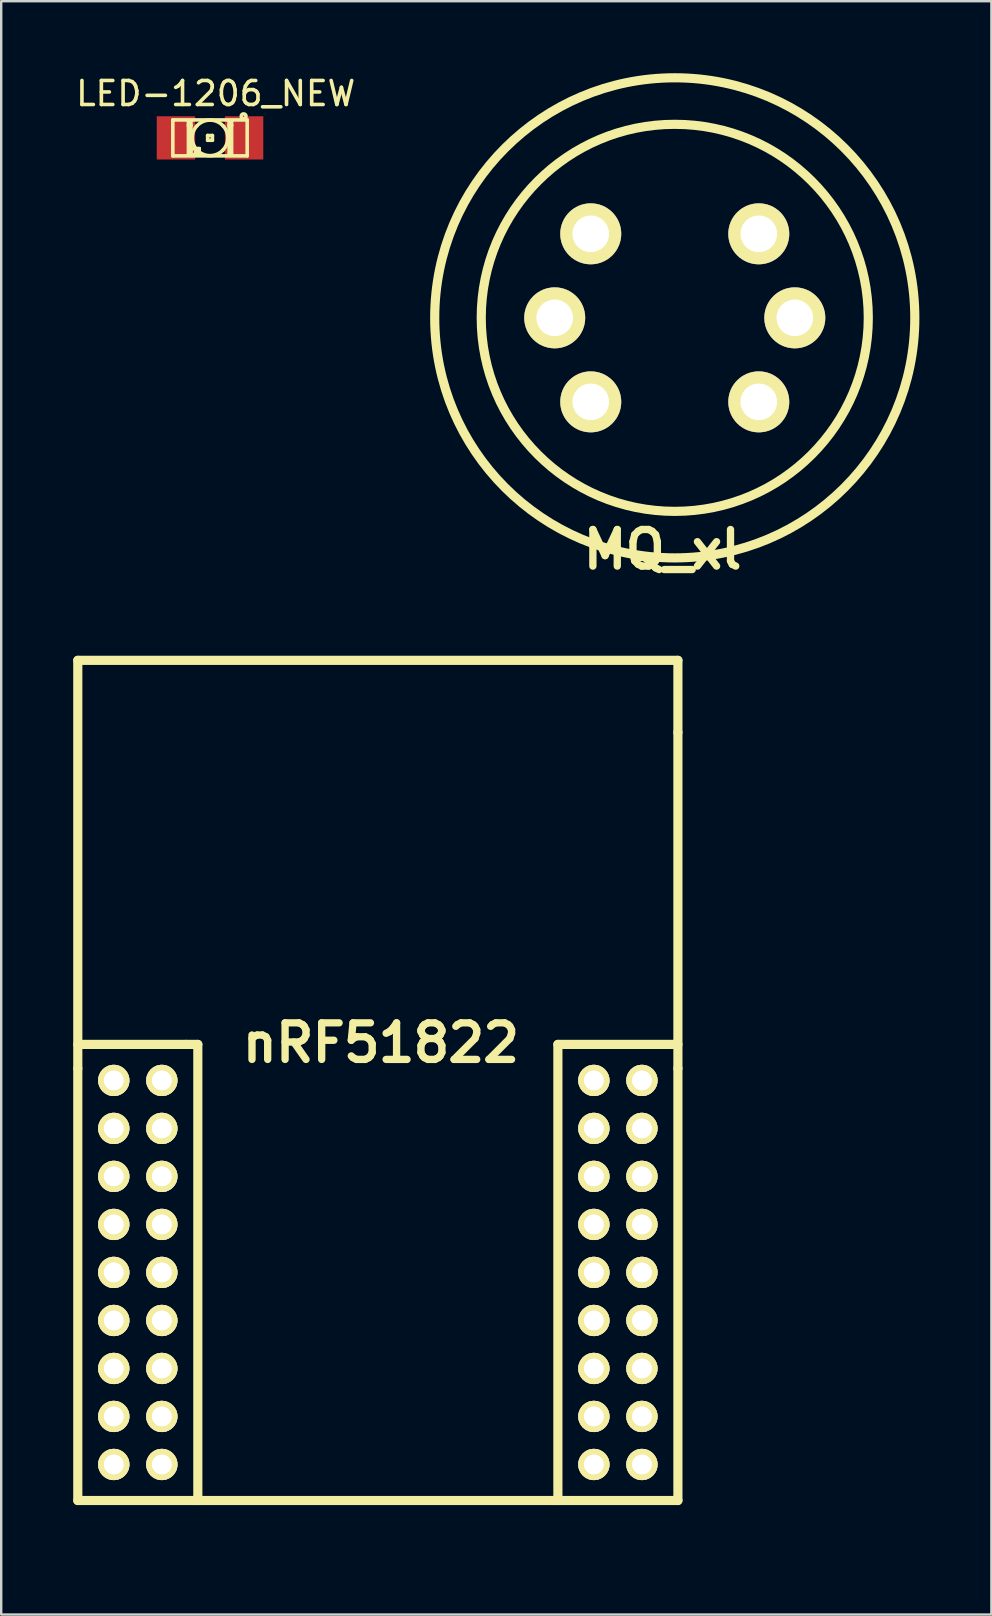
<source format=kicad_pcb>
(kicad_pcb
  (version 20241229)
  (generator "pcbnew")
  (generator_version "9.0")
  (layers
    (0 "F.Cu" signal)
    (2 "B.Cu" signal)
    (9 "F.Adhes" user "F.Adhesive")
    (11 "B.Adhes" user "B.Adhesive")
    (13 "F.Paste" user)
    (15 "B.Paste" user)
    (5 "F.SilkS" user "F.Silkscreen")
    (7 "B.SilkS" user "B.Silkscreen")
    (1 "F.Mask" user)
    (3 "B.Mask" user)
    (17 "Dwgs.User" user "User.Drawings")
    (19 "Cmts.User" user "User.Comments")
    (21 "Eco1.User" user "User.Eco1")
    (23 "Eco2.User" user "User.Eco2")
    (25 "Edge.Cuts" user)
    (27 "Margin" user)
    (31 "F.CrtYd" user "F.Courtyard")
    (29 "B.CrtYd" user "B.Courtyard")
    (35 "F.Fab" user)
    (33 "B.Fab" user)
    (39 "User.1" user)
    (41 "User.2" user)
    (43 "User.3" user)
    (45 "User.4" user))
  (footprint "LED-1206_NEW"
    (layer "F.Cu")
    (at 5.699 2.694)
    (property "Reference" "LED-1206_NEW" (at 0.236 -1.846 0) (layer "F.SilkS") (effects (font (size 1 1) (thickness 0.15))))
    (attr smd)
    (fp_line (start -1.549 -0.749) (end -1.549 0.749) (stroke (width 0.15) (type solid)) (layer "F.SilkS"))
    (fp_line (start -1.549 0.749) (end 1.549 0.749) (stroke (width 0.15) (type solid)) (layer "F.SilkS"))
    (fp_line (start -0.899 -0.549) (end -0.899 -0.699) (stroke (width 0.15) (type solid)) (layer "F.SilkS"))
    (fp_line (start -0.899 0.699) (end -0.899 -0.498) (stroke (width 0.15) (type solid)) (layer "F.SilkS"))
    (fp_line (start -0.798 -0.699) (end -0.899 -0.699) (stroke (width 0.15) (type solid)) (layer "F.SilkS"))
    (fp_line (start -0.798 -0.549) (end -0.899 -0.549) (stroke (width 0.15) (type solid)) (layer "F.SilkS"))
    (fp_line (start -0.798 -0.549) (end -0.798 -0.699) (stroke (width 0.15) (type solid)) (layer "F.SilkS"))
    (fp_line (start -0.798 -0.498) (end -0.899 -0.498) (stroke (width 0.15) (type solid)) (layer "F.SilkS"))
    (fp_line (start -0.798 0.699) (end -0.899 0.699) (stroke (width 0.15) (type solid)) (layer "F.SilkS"))
    (fp_line (start -0.798 0.699) (end -0.798 -0.498) (stroke (width 0.15) (type solid)) (layer "F.SilkS"))
    (fp_line (start -0.798 0.699) (end -0.798 0.45) (stroke (width 0.15) (type solid)) (layer "F.SilkS"))
    (fp_line (start -0.599 0.699) (end -0.599 0.45) (stroke (width 0.15) (type solid)) (layer "F.SilkS"))
    (fp_line (start -0.45 0.45) (end -0.798 0.45) (stroke (width 0.15) (type solid)) (layer "F.SilkS"))
    (fp_line (start -0.45 0.45) (end -0.599 0.45) (stroke (width 0.15) (type solid)) (layer "F.SilkS"))
    (fp_line (start -0.45 0.699) (end -0.798 0.699) (stroke (width 0.15) (type solid)) (layer "F.SilkS"))
    (fp_line (start -0.45 0.699) (end -0.599 0.699) (stroke (width 0.15) (type solid)) (layer "F.SilkS"))
    (fp_line (start -0.45 0.699) (end -0.45 0.45) (stroke (width 0.15) (type solid)) (layer "F.SilkS"))
    (fp_line (start -0.45 0.699) (end -0.45 0.45) (stroke (width 0.15) (type solid)) (layer "F.SilkS"))
    (fp_line (start -0.099 0.099) (end -0.099 -0.099) (stroke (width 0.15) (type solid)) (layer "F.SilkS"))
    (fp_line (start 0.099 -0.099) (end -0.099 -0.099) (stroke (width 0.15) (type solid)) (layer "F.SilkS"))
    (fp_line (start 0.099 0.099) (end -0.099 0.099) (stroke (width 0.15) (type solid)) (layer "F.SilkS"))
    (fp_line (start 0.099 0.099) (end 0.099 -0.099) (stroke (width 0.15) (type solid)) (layer "F.SilkS"))
    (fp_line (start 0.798 -0.549) (end 0.798 -0.699) (stroke (width 0.15) (type solid)) (layer "F.SilkS"))
    (fp_line (start 0.798 0.699) (end 0.798 -0.498) (stroke (width 0.15) (type solid)) (layer "F.SilkS"))
    (fp_line (start 0.899 -0.699) (end 0.798 -0.699) (stroke (width 0.15) (type solid)) (layer "F.SilkS"))
    (fp_line (start 0.899 -0.549) (end 0.798 -0.549) (stroke (width 0.15) (type solid)) (layer "F.SilkS"))
    (fp_line (start 0.899 -0.549) (end 0.899 -0.699) (stroke (width 0.15) (type solid)) (layer "F.SilkS"))
    (fp_line (start 0.899 -0.498) (end 0.798 -0.498) (stroke (width 0.15) (type solid)) (layer "F.SilkS"))
    (fp_line (start 0.899 0.699) (end 0.798 0.699) (stroke (width 0.15) (type solid)) (layer "F.SilkS"))
    (fp_line (start 0.899 0.699) (end 0.899 -0.498) (stroke (width 0.15) (type solid)) (layer "F.SilkS"))
    (fp_line (start 1.549 -0.749) (end -1.549 -0.749) (stroke (width 0.15) (type solid)) (layer "F.SilkS"))
    (fp_line (start 1.549 0.749) (end 1.549 -0.749) (stroke (width 0.15) (type solid)) (layer "F.SilkS"))
    (fp_arc (start -0.548133 0.498398) (mid -0.740844 0.000377) (end -0.54864 -0.49784) (stroke (width 0.15) (type solid)) (layer "F.SilkS"))
    (fp_arc (start -0.547262 -0.499354) (mid 0.001024 -0.740843) (end 0.54864 -0.49784) (stroke (width 0.15) (type solid)) (layer "F.SilkS"))
    (fp_arc (start 0.547262 0.499354) (mid -0.001024 0.740843) (end -0.54864 0.49784) (stroke (width 0.15) (type solid)) (layer "F.SilkS"))
    (fp_arc (start 0.548133 -0.498398) (mid 0.740844 -0.000377) (end 0.54864 0.49784) (stroke (width 0.15) (type solid)) (layer "F.SilkS"))
    (fp_circle (center 1.4 -0.9) (end 1.4 -1) (stroke (width 0.15) (type solid)) (fill no) (layer "F.SilkS"))
    (pad "1" smd rect (at -1.42 0 180) (size 1.598 1.801) (layers "F.Cu" "F.Mask" "F.Paste"))
    (pad "2" smd rect (at 1.42 0 180) (size 1.598 1.801) (layers "F.Cu" "F.Mask" "F.Paste")))
  (footprint "MQ_xl"
    (layer "F.Cu")
    (at 25.06 10.191)
    (property "Reference" "MQ_xl" (at -0.508 9.652 0) (layer "F.SilkS") (effects (font (size 1.524 1.524) (thickness 0.305))))
    (attr through_hole)
    (fp_circle (center 0 0) (end -7 -4) (stroke (width 0.381) (type solid)) (fill no) (layer "F.SilkS"))
    (fp_circle (center 0 0) (end 0 -10) (stroke (width 0.381) (type solid)) (fill no) (layer "F.SilkS"))
    (pad "1" thru_hole circle (at -3.5 -3.5) (size 2.54 2.54) (drill 1.524) (layers "*.Cu" "*.Mask" "F.SilkS"))
    (pad "2" thru_hole circle (at -5.001 0) (size 2.54 2.54) (drill 1.524) (layers "*.Cu" "*.Mask" "F.SilkS"))
    (pad "3" thru_hole circle (at -3.5 3.5) (size 2.54 2.54) (drill 1.524) (layers "*.Cu" "*.Mask" "F.SilkS"))
    (pad "4" thru_hole circle (at 5.001 0) (size 2.54 2.54) (drill 1.524) (layers "*.Cu" "*.Mask" "F.SilkS"))
    (pad "5" thru_hole circle (at 3.5 3.5) (size 2.54 2.54) (drill 1.524) (layers "*.Cu" "*.Mask" "F.SilkS"))
    (pad "6" thru_hole circle (at 3.5 -3.5) (size 2.54 2.54) (drill 1.524) (layers "*.Cu" "*.Mask" "F.SilkS")))
  (footprint "nRF51822"
    (layer "F.Cu")
    (at 12.691 60.959)
    (property "Reference" "nRF51822" (at 0.127 -20.564 0) (layer "F.SilkS") (effects (font (size 1.524 1.524) (thickness 0.305))))
    (attr through_hole)
    (fp_line (start -12.5 -36.5) (end 12.5 -36.5) (stroke (width 0.381) (type solid)) (layer "F.SilkS"))
    (fp_line (start -12.5 -20.5) (end -8 -20.5) (stroke (width 0.381) (type solid)) (layer "F.SilkS"))
    (fp_line (start -12.5 -19.5) (end -12.5 -36.5) (stroke (width 0.381) (type solid)) (layer "F.SilkS"))
    (fp_line (start -12.5 -1.5) (end -12.5 -19.5) (stroke (width 0.381) (type solid)) (layer "F.SilkS"))
    (fp_line (start -12.5 -1.5) (end 12.5 -1.5) (stroke (width 0.381) (type solid)) (layer "F.SilkS"))
    (fp_line (start -8 -20.5) (end -7.5 -20.5) (stroke (width 0.381) (type solid)) (layer "F.SilkS"))
    (fp_line (start -7.5 -20.5) (end -7.5 -1.5) (stroke (width 0.381) (type solid)) (layer "F.SilkS"))
    (fp_line (start 7.5 -20.5) (end 7.5 -1.5) (stroke (width 0.381) (type solid)) (layer "F.SilkS"))
    (fp_line (start 12.5 -36.5) (end 12.5 -33.5) (stroke (width 0.381) (type solid)) (layer "F.SilkS"))
    (fp_line (start 12.5 -20.5) (end 7.5 -20.5) (stroke (width 0.381) (type solid)) (layer "F.SilkS"))
    (fp_line (start 12.5 -19.5) (end 12.5 -33.5) (stroke (width 0.381) (type solid)) (layer "F.SilkS"))
    (fp_line (start 12.5 -1.5) (end 12.5 -19.5) (stroke (width 0.381) (type solid)) (layer "F.SilkS"))
    (pad "1" thru_hole circle (at -11.001 -18.999) (size 1.3 1.3) (drill 0.813) (layers "*.Cu" "*.Mask" "F.SilkS"))
    (pad "1" thru_hole circle (at -11.001 -18.999) (size 1.3 1.3) (drill 0.813) (layers "*.Cu" "*.Mask" "F.SilkS"))
    (pad "1" thru_hole circle (at 8.999 -18.999) (size 1.3 1.3) (drill 0.813) (layers "*.Cu" "*.Mask" "F.SilkS"))
    (pad "1" thru_hole circle (at 8.999 -18.999) (size 1.3 1.3) (drill 0.813) (layers "*.Cu" "*.Mask" "F.SilkS"))
    (pad "2" thru_hole circle (at -11.001 -17) (size 1.3 1.3) (drill 0.813) (layers "*.Cu" "*.Mask" "F.SilkS"))
    (pad "2" thru_hole circle (at -11.001 -17) (size 1.3 1.3) (drill 0.813) (layers "*.Cu" "*.Mask" "F.SilkS"))
    (pad "2" thru_hole circle (at 8.999 -17) (size 1.3 1.3) (drill 0.813) (layers "*.Cu" "*.Mask" "F.SilkS"))
    (pad "2" thru_hole circle (at 8.999 -17) (size 1.3 1.3) (drill 0.813) (layers "*.Cu" "*.Mask" "F.SilkS"))
    (pad "3" thru_hole circle (at -11.001 -15.001) (size 1.3 1.3) (drill 0.813) (layers "*.Cu" "*.Mask" "F.SilkS"))
    (pad "3" thru_hole circle (at -11.001 -15.001) (size 1.3 1.3) (drill 0.813) (layers "*.Cu" "*.Mask" "F.SilkS"))
    (pad "3" thru_hole circle (at 8.999 -15.001) (size 1.3 1.3) (drill 0.813) (layers "*.Cu" "*.Mask" "F.SilkS"))
    (pad "3" thru_hole circle (at 8.999 -15.001) (size 1.3 1.3) (drill 0.813) (layers "*.Cu" "*.Mask" "F.SilkS"))
    (pad "4" thru_hole circle (at -11.001 -13) (size 1.3 1.3) (drill 0.813) (layers "*.Cu" "*.Mask" "F.SilkS"))
    (pad "4" thru_hole circle (at -11.001 -13) (size 1.3 1.3) (drill 0.813) (layers "*.Cu" "*.Mask" "F.SilkS"))
    (pad "4" thru_hole circle (at 8.999 -13) (size 1.3 1.3) (drill 0.813) (layers "*.Cu" "*.Mask" "F.SilkS"))
    (pad "4" thru_hole circle (at 8.999 -13) (size 1.3 1.3) (drill 0.813) (layers "*.Cu" "*.Mask" "F.SilkS"))
    (pad "5" thru_hole circle (at -11.001 -11.001) (size 1.3 1.3) (drill 0.813) (layers "*.Cu" "*.Mask" "F.SilkS"))
    (pad "5" thru_hole circle (at -11.001 -11.001) (size 1.3 1.3) (drill 0.813) (layers "*.Cu" "*.Mask" "F.SilkS"))
    (pad "5" thru_hole circle (at 8.999 -11.001) (size 1.3 1.3) (drill 0.813) (layers "*.Cu" "*.Mask" "F.SilkS"))
    (pad "5" thru_hole circle (at 8.999 -11.001) (size 1.3 1.3) (drill 0.813) (layers "*.Cu" "*.Mask" "F.SilkS"))
    (pad "6" thru_hole circle (at -11.001 -8.999) (size 1.3 1.3) (drill 0.813) (layers "*.Cu" "*.Mask" "F.SilkS"))
    (pad "6" thru_hole circle (at -11.001 -8.999) (size 1.3 1.3) (drill 0.813) (layers "*.Cu" "*.Mask" "F.SilkS"))
    (pad "6" thru_hole circle (at 8.999 -8.999) (size 1.3 1.3) (drill 0.813) (layers "*.Cu" "*.Mask" "F.SilkS"))
    (pad "6" thru_hole circle (at 8.999 -8.999) (size 1.3 1.3) (drill 0.813) (layers "*.Cu" "*.Mask" "F.SilkS"))
    (pad "7" thru_hole circle (at -11.001 -7) (size 1.3 1.3) (drill 0.813) (layers "*.Cu" "*.Mask" "F.SilkS"))
    (pad "7" thru_hole circle (at -11.001 -7) (size 1.3 1.3) (drill 0.813) (layers "*.Cu" "*.Mask" "F.SilkS"))
    (pad "7" thru_hole circle (at 8.999 -7) (size 1.3 1.3) (drill 0.813) (layers "*.Cu" "*.Mask" "F.SilkS"))
    (pad "7" thru_hole circle (at 8.999 -7) (size 1.3 1.3) (drill 0.813) (layers "*.Cu" "*.Mask" "F.SilkS"))
    (pad "8" thru_hole circle (at -11.001 -5.001) (size 1.3 1.3) (drill 0.813) (layers "*.Cu" "*.Mask" "F.SilkS"))
    (pad "8" thru_hole circle (at -11.001 -5.001) (size 1.3 1.3) (drill 0.813) (layers "*.Cu" "*.Mask" "F.SilkS"))
    (pad "8" thru_hole circle (at 8.999 -5.001) (size 1.3 1.3) (drill 0.813) (layers "*.Cu" "*.Mask" "F.SilkS"))
    (pad "8" thru_hole circle (at 8.999 -5.001) (size 1.3 1.3) (drill 0.813) (layers "*.Cu" "*.Mask" "F.SilkS"))
    (pad "9" thru_hole circle (at -11.001 -3) (size 1.3 1.3) (drill 0.813) (layers "*.Cu" "*.Mask" "F.SilkS"))
    (pad "9" thru_hole circle (at -11.001 -3) (size 1.3 1.3) (drill 0.813) (layers "*.Cu" "*.Mask" "F.SilkS"))
    (pad "9" thru_hole circle (at 8.999 -3) (size 1.3 1.3) (drill 0.813) (layers "*.Cu" "*.Mask" "F.SilkS"))
    (pad "9" thru_hole circle (at 8.999 -3) (size 1.3 1.3) (drill 0.813) (layers "*.Cu" "*.Mask" "F.SilkS"))
    (pad "12" thru_hole circle (at -8.999 -3) (size 1.3 1.3) (drill 0.813) (layers "*.Cu" "*.Mask" "F.SilkS"))
    (pad "12" thru_hole circle (at -8.999 -3) (size 1.3 1.3) (drill 0.813) (layers "*.Cu" "*.Mask" "F.SilkS"))
    (pad "12" thru_hole circle (at 11.001 -3) (size 1.3 1.3) (drill 0.813) (layers "*.Cu" "*.Mask" "F.SilkS"))
    (pad "12" thru_hole circle (at 11.001 -3) (size 1.3 1.3) (drill 0.813) (layers "*.Cu" "*.Mask" "F.SilkS"))
    (pad "13" thru_hole circle (at -8.999 -5.001) (size 1.3 1.3) (drill 0.813) (layers "*.Cu" "*.Mask" "F.SilkS"))
    (pad "13" thru_hole circle (at -8.999 -5.001) (size 1.3 1.3) (drill 0.813) (layers "*.Cu" "*.Mask" "F.SilkS"))
    (pad "13" thru_hole circle (at 11.001 -5.001) (size 1.3 1.3) (drill 0.813) (layers "*.Cu" "*.Mask" "F.SilkS"))
    (pad "13" thru_hole circle (at 11.001 -5.001) (size 1.3 1.3) (drill 0.813) (layers "*.Cu" "*.Mask" "F.SilkS"))
    (pad "14" thru_hole circle (at -8.999 -7) (size 1.3 1.3) (drill 0.813) (layers "*.Cu" "*.Mask" "F.SilkS"))
    (pad "14" thru_hole circle (at -8.999 -7) (size 1.3 1.3) (drill 0.813) (layers "*.Cu" "*.Mask" "F.SilkS"))
    (pad "14" thru_hole circle (at 11.001 -7) (size 1.3 1.3) (drill 0.813) (layers "*.Cu" "*.Mask" "F.SilkS"))
    (pad "14" thru_hole circle (at 11.001 -7) (size 1.3 1.3) (drill 0.813) (layers "*.Cu" "*.Mask" "F.SilkS"))
    (pad "15" thru_hole circle (at -8.999 -8.999) (size 1.3 1.3) (drill 0.813) (layers "*.Cu" "*.Mask" "F.SilkS"))
    (pad "15" thru_hole circle (at -8.999 -8.999) (size 1.3 1.3) (drill 0.813) (layers "*.Cu" "*.Mask" "F.SilkS"))
    (pad "15" thru_hole circle (at 11.001 -8.999) (size 1.3 1.3) (drill 0.813) (layers "*.Cu" "*.Mask" "F.SilkS"))
    (pad "15" thru_hole circle (at 11.001 -8.999) (size 1.3 1.3) (drill 0.813) (layers "*.Cu" "*.Mask" "F.SilkS"))
    (pad "16" thru_hole circle (at -8.999 -11.001) (size 1.3 1.3) (drill 0.813) (layers "*.Cu" "*.Mask" "F.SilkS"))
    (pad "16" thru_hole circle (at -8.999 -11.001) (size 1.3 1.3) (drill 0.813) (layers "*.Cu" "*.Mask" "F.SilkS"))
    (pad "16" thru_hole circle (at 11.001 -11.001) (size 1.3 1.3) (drill 0.813) (layers "*.Cu" "*.Mask" "F.SilkS"))
    (pad "16" thru_hole circle (at 11.001 -11.001) (size 1.3 1.3) (drill 0.813) (layers "*.Cu" "*.Mask" "F.SilkS"))
    (pad "17" thru_hole circle (at -8.999 -13) (size 1.3 1.3) (drill 0.813) (layers "*.Cu" "*.Mask" "F.SilkS"))
    (pad "17" thru_hole circle (at -8.999 -13) (size 1.3 1.3) (drill 0.813) (layers "*.Cu" "*.Mask" "F.SilkS"))
    (pad "17" thru_hole circle (at 11.001 -13) (size 1.3 1.3) (drill 0.813) (layers "*.Cu" "*.Mask" "F.SilkS"))
    (pad "17" thru_hole circle (at 11.001 -13) (size 1.3 1.3) (drill 0.813) (layers "*.Cu" "*.Mask" "F.SilkS"))
    (pad "18" thru_hole circle (at -8.999 -15.001) (size 1.3 1.3) (drill 0.813) (layers "*.Cu" "*.Mask" "F.SilkS"))
    (pad "18" thru_hole circle (at -8.999 -15.001) (size 1.3 1.3) (drill 0.813) (layers "*.Cu" "*.Mask" "F.SilkS"))
    (pad "18" thru_hole circle (at 11.001 -15.001) (size 1.3 1.3) (drill 0.813) (layers "*.Cu" "*.Mask" "F.SilkS"))
    (pad "18" thru_hole circle (at 11.001 -15.001) (size 1.3 1.3) (drill 0.813) (layers "*.Cu" "*.Mask" "F.SilkS"))
    (pad "19" thru_hole circle (at -8.999 -17) (size 1.3 1.3) (drill 0.813) (layers "*.Cu" "*.Mask" "F.SilkS"))
    (pad "19" thru_hole circle (at -8.999 -17) (size 1.3 1.3) (drill 0.813) (layers "*.Cu" "*.Mask" "F.SilkS"))
    (pad "19" thru_hole circle (at 11.001 -17) (size 1.3 1.3) (drill 0.813) (layers "*.Cu" "*.Mask" "F.SilkS"))
    (pad "19" thru_hole circle (at 11.001 -17) (size 1.3 1.3) (drill 0.813) (layers "*.Cu" "*.Mask" "F.SilkS"))
    (pad "20" thru_hole circle (at -8.999 -18.999) (size 1.3 1.3) (drill 0.813) (layers "*.Cu" "*.Mask" "F.SilkS"))
    (pad "20" thru_hole circle (at -8.999 -18.999) (size 1.3 1.3) (drill 0.813) (layers "*.Cu" "*.Mask" "F.SilkS"))
    (pad "20" thru_hole circle (at 11.001 -18.999) (size 1.3 1.3) (drill 0.813) (layers "*.Cu" "*.Mask" "F.SilkS"))
    (pad "20" thru_hole circle (at 11.001 -18.999) (size 1.3 1.3) (drill 0.813) (layers "*.Cu" "*.Mask" "F.SilkS")))
  (gr_rect
    (start -3 -3)
    (end 38.25 64.209)
    (stroke (width 0.1) (type default))
    (fill no)
    (layer "Edge.Cuts")))
</source>
